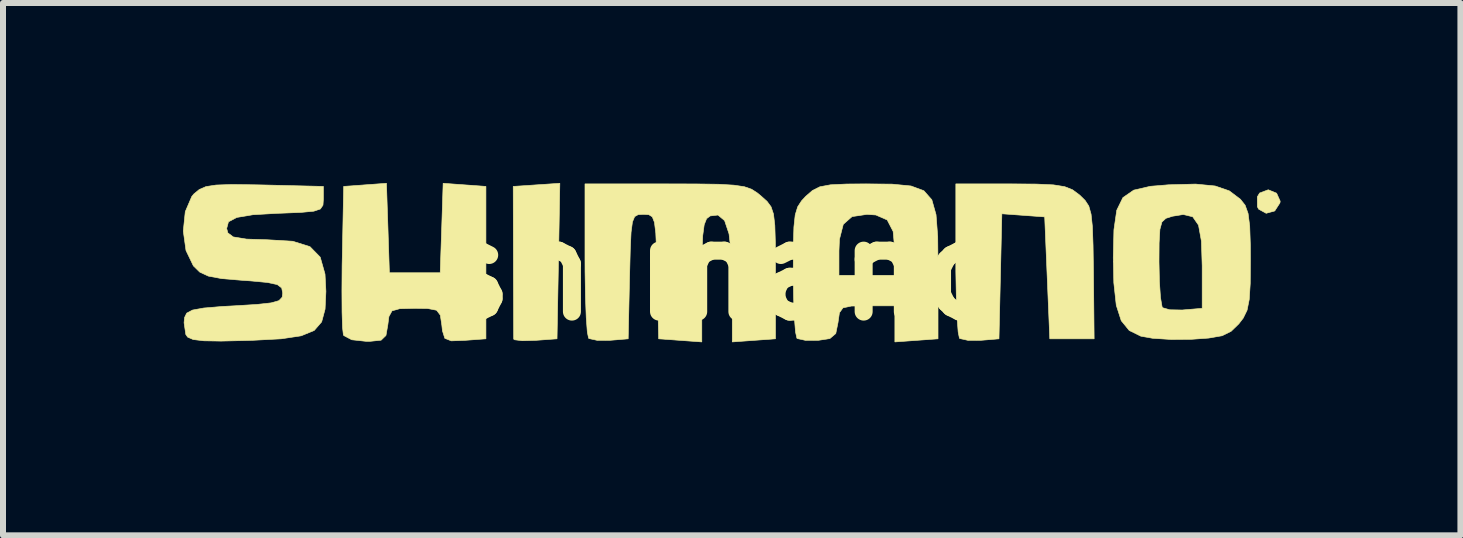
<source format=kicad_pcb>
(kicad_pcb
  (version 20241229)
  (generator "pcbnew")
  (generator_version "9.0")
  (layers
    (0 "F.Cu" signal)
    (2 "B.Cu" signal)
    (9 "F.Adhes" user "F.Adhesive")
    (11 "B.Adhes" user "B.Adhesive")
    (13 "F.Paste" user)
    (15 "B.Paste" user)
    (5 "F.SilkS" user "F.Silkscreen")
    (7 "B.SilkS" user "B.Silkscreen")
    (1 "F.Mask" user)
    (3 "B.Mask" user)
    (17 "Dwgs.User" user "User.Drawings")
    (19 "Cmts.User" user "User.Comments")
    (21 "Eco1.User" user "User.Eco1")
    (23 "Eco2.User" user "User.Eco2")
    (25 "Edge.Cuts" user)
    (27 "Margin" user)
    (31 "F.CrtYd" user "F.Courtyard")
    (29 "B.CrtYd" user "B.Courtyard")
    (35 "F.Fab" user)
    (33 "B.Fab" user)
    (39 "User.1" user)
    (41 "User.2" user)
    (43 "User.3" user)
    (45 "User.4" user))
  (footprint "shimano"
    (layer "F.Cu")
    (at 8.986 1.454)
    (property "Reference" "shimano" (at 0 0 0) (layer "F.SilkS") (effects (font (size 1.524 1.524) (thickness 0.3))))
    (attr through_hole)
    (fp_poly (pts (xy 9.241 -1.284) (xy 9.301 -1.151) (xy 9.297 -1.123) (xy 9.21 -0.988) (xy 9.067 -0.949) (xy 8.942 -1.018) (xy 8.921 -1.058) (xy 8.92 -1.223) (xy 8.958 -1.287) (xy 9.102 -1.341) (xy 9.241 -1.284)) (stroke (width 0.01) (type solid)) (fill yes) (layer "F.SilkS"))
    (fp_poly (pts (xy -2.728 -0.153) (xy -2.752 1.143) (xy -3.111 1.169) (xy -3.332 1.175) (xy -3.46 1.159) (xy -3.474 1.148) (xy -3.475 1.051) (xy -3.476 0.816) (xy -3.477 0.473) (xy -3.479 0.054) (xy -3.479 -0.148) (xy -3.482 -1.397) (xy -3.093 -1.423) (xy -2.705 -1.449) (xy -2.728 -0.153)) (stroke (width 0.01) (type solid)) (fill yes) (layer "F.SilkS"))
    (fp_poly (pts (xy 5.237 -1.436) (xy 5.521 -1.423) (xy 5.709 -1.393) (xy 5.84 -1.341) (xy 5.951 -1.259) (xy 5.963 -1.249) (xy 6.05 -1.163) (xy 6.111 -1.07) (xy 6.149 -0.935) (xy 6.171 -0.728) (xy 6.182 -0.417) (xy 6.189 0.031) (xy 6.189 0.042) (xy 6.2 1.143) (xy 5.461 1.143) (xy 5.376 -0.889) (xy 5.019 -0.915) (xy 4.662 -0.941) (xy 4.638 0.101) (xy 4.614 1.143) (xy 4.315 1.168) (xy 4.099 1.169) (xy 3.964 1.139) (xy 3.955 1.133) (xy 3.934 1.031) (xy 3.916 0.791) (xy 3.903 0.445) (xy 3.895 0.023) (xy 3.895 -0.183) (xy 3.895 -1.439) (xy 4.821 -1.439) (xy 5.237 -1.436)) (stroke (width 0.01) (type solid)) (fill yes) (layer "F.SilkS"))
    (fp_poly (pts (xy -4.293 -1.423) (xy -3.937 -1.397) (xy -3.937 1.143) (xy -4.291 1.169) (xy -4.515 1.177) (xy -4.622 1.135) (xy -4.662 1.009) (xy -4.672 0.915) (xy -4.697 0.749) (xy -4.759 0.667) (xy -4.907 0.638) (xy -5.122 0.635) (xy -5.374 0.641) (xy -5.502 0.677) (xy -5.554 0.772) (xy -5.572 0.91) (xy -5.603 1.087) (xy -5.684 1.166) (xy -5.868 1.185) (xy -5.935 1.185) (xy -6.173 1.159) (xy -6.305 1.09) (xy -6.313 1.075) (xy -6.327 0.954) (xy -6.335 0.698) (xy -6.337 0.341) (xy -6.334 -0.083) (xy -6.331 -0.216) (xy -6.308 -1.397) (xy -5.951 -1.423) (xy -5.595 -1.449) (xy -5.57 -0.703) (xy -5.546 0.042) (xy -4.699 0.042) (xy -4.674 -0.703) (xy -4.65 -1.449) (xy -4.293 -1.423)) (stroke (width 0.01) (type solid)) (fill yes) (layer "F.SilkS"))
    (fp_poly (pts (xy 2.834 -1.435) (xy 3.149 -1.404) (xy 3.362 -1.325) (xy 3.495 -1.174) (xy 3.565 -0.926) (xy 3.593 -0.558) (xy 3.598 -0.047) (xy 3.598 0.014) (xy 3.598 1.143) (xy 3.239 1.169) (xy 2.879 1.195) (xy 2.879 0.593) (xy 2.418 0.593) (xy 2.154 0.597) (xy 2.014 0.627) (xy 1.955 0.708) (xy 1.932 0.865) (xy 1.932 0.868) (xy 1.894 1.055) (xy 1.795 1.139) (xy 1.606 1.168) (xy 1.39 1.169) (xy 1.254 1.139) (xy 1.246 1.133) (xy 1.223 1.029) (xy 1.204 0.791) (xy 1.191 0.454) (xy 1.185 0.051) (xy 1.185 0.024) (xy 1.187 -0.322) (xy 1.947 -0.322) (xy 1.947 0.085) (xy 2.879 0.085) (xy 2.879 -0.322) (xy 2.85 -0.647) (xy 2.751 -0.838) (xy 2.561 -0.921) (xy 2.413 -0.931) (xy 2.165 -0.894) (xy 2.019 -0.765) (xy 1.955 -0.515) (xy 1.947 -0.322) (xy 1.187 -0.322) (xy 1.187 -0.416) (xy 1.196 -0.72) (xy 1.218 -0.923) (xy 1.259 -1.057) (xy 1.323 -1.156) (xy 1.393 -1.232) (xy 1.505 -1.329) (xy 1.629 -1.391) (xy 1.806 -1.424) (xy 2.078 -1.437) (xy 2.4 -1.439) (xy 2.834 -1.435)) (stroke (width 0.01) (type solid)) (fill yes) (layer "F.SilkS"))
    (fp_poly (pts (xy 8.218 -1.404) (xy 8.453 -1.323) (xy 8.637 -1.184) (xy 8.638 -1.183) (xy 8.717 -1.083) (xy 8.766 -0.946) (xy 8.793 -0.736) (xy 8.804 -0.415) (xy 8.805 -0.174) (xy 8.802 0.222) (xy 8.785 0.488) (xy 8.749 0.667) (xy 8.685 0.798) (xy 8.611 0.894) (xy 8.483 1.018) (xy 8.333 1.092) (xy 8.108 1.131) (xy 7.827 1.151) (xy 7.485 1.154) (xy 7.174 1.134) (xy 6.978 1.099) (xy 6.785 1.004) (xy 6.652 0.841) (xy 6.569 0.584) (xy 6.528 0.207) (xy 6.521 -0.139) (xy 7.281 -0.139) (xy 7.288 0.191) (xy 7.306 0.455) (xy 7.332 0.607) (xy 7.342 0.625) (xy 7.459 0.659) (xy 7.668 0.663) (xy 7.702 0.66) (xy 8.001 0.635) (xy 8.001 -0.075) (xy 7.988 -0.486) (xy 7.94 -0.751) (xy 7.843 -0.891) (xy 7.686 -0.929) (xy 7.506 -0.9) (xy 7.396 -0.865) (xy 7.33 -0.804) (xy 7.296 -0.68) (xy 7.283 -0.456) (xy 7.281 -0.139) (xy 6.521 -0.139) (xy 6.519 -0.206) (xy 6.53 -0.674) (xy 6.577 -1) (xy 6.68 -1.211) (xy 6.86 -1.335) (xy 7.137 -1.399) (xy 7.439 -1.424) (xy 7.892 -1.436) (xy 8.218 -1.404)) (stroke (width 0.01) (type solid)) (fill yes) (layer "F.SilkS"))
    (fp_poly (pts (xy -0.428 -1.438) (xy -0.06 -1.433) (xy 0.196 -1.418) (xy 0.37 -1.392) (xy 0.491 -1.35) (xy 0.587 -1.288) (xy 0.651 -1.235) (xy 0.749 -1.147) (xy 0.815 -1.058) (xy 0.856 -0.936) (xy 0.878 -0.748) (xy 0.887 -0.462) (xy 0.889 -0.046) (xy 0.889 0.056) (xy 0.889 1.143) (xy 0.169 1.195) (xy 0.169 0.275) (xy 0.156 -0.243) (xy 0.115 -0.606) (xy 0.041 -0.827) (xy -0.069 -0.92) (xy -0.199 -0.905) (xy -0.259 -0.86) (xy -0.299 -0.759) (xy -0.324 -0.574) (xy -0.335 -0.278) (xy -0.339 0.159) (xy -0.339 0.172) (xy -0.339 1.195) (xy -0.699 1.169) (xy -1.058 1.143) (xy -1.082 0.106) (xy -1.093 -0.327) (xy -1.106 -0.619) (xy -1.128 -0.798) (xy -1.164 -0.89) (xy -1.222 -0.926) (xy -1.306 -0.931) (xy -1.312 -0.931) (xy -1.399 -0.927) (xy -1.458 -0.894) (xy -1.495 -0.805) (xy -1.518 -0.632) (xy -1.531 -0.348) (xy -1.542 0.076) (xy -1.543 0.106) (xy -1.566 1.143) (xy -1.866 1.168) (xy -2.081 1.169) (xy -2.217 1.139) (xy -2.226 1.133) (xy -2.247 1.031) (xy -2.265 0.791) (xy -2.278 0.445) (xy -2.285 0.023) (xy -2.286 -0.183) (xy -2.286 -1.439) (xy -0.936 -1.439) (xy -0.428 -1.438)) (stroke (width 0.01) (type solid)) (fill yes) (layer "F.SilkS"))
    (fp_poly (pts (xy -7.791 -1.424) (xy -7.639 -1.421) (xy -6.646 -1.397) (xy -6.646 -1.185) (xy -6.653 -1.085) (xy -6.696 -1.021) (xy -6.806 -0.984) (xy -7.017 -0.964) (xy -7.362 -0.95) (xy -7.406 -0.949) (xy -7.821 -0.925) (xy -8.089 -0.88) (xy -8.228 -0.807) (xy -8.258 -0.696) (xy -8.238 -0.622) (xy -8.148 -0.555) (xy -7.927 -0.519) (xy -7.583 -0.508) (xy -7.157 -0.483) (xy -6.87 -0.393) (xy -6.699 -0.218) (xy -6.619 0.064) (xy -6.604 0.352) (xy -6.618 0.649) (xy -6.675 0.861) (xy -6.799 1.004) (xy -7.016 1.093) (xy -7.348 1.143) (xy -7.822 1.168) (xy -7.925 1.171) (xy -8.353 1.181) (xy -8.64 1.176) (xy -8.816 1.155) (xy -8.908 1.115) (xy -8.939 1.071) (xy -8.968 0.875) (xy -8.96 0.788) (xy -8.924 0.715) (xy -8.828 0.664) (xy -8.642 0.63) (xy -8.333 0.604) (xy -8.127 0.593) (xy -7.753 0.57) (xy -7.517 0.544) (xy -7.387 0.507) (xy -7.333 0.45) (xy -7.324 0.381) (xy -7.341 0.295) (xy -7.415 0.239) (xy -7.58 0.204) (xy -7.869 0.177) (xy -7.988 0.169) (xy -8.338 0.14) (xy -8.563 0.098) (xy -8.707 0.031) (xy -8.813 -0.073) (xy -8.936 -0.329) (xy -8.981 -0.653) (xy -8.948 -0.976) (xy -8.839 -1.23) (xy -8.803 -1.273) (xy -8.714 -1.346) (xy -8.603 -1.394) (xy -8.434 -1.42) (xy -8.175 -1.429) (xy -7.791 -1.424)) (stroke (width 0.01) (type solid)) (fill yes) (layer "F.SilkS")))
  (gr_rect
    (start -3 -3)
    (end 21.291 5.872)
    (stroke (width 0.1) (type default))
    (fill no)
    (layer "Edge.Cuts")))
</source>
